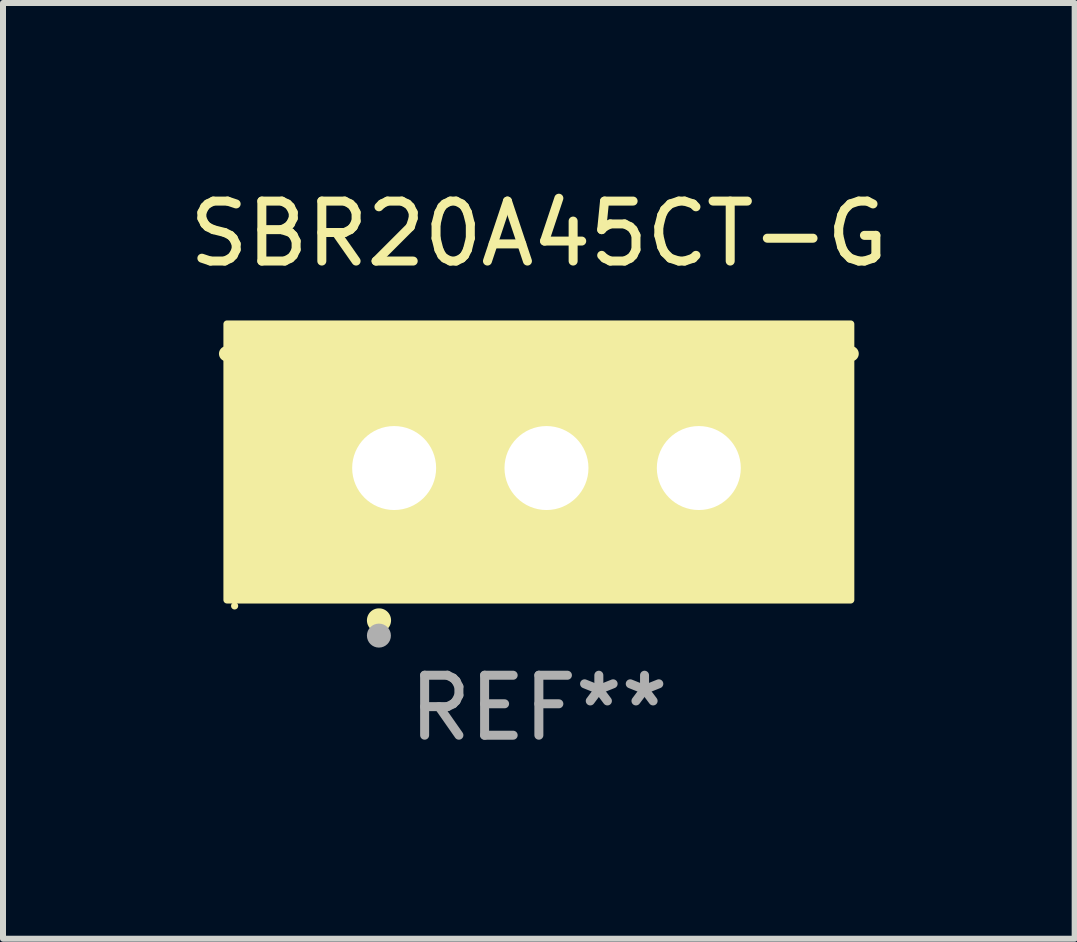
<source format=kicad_pcb>
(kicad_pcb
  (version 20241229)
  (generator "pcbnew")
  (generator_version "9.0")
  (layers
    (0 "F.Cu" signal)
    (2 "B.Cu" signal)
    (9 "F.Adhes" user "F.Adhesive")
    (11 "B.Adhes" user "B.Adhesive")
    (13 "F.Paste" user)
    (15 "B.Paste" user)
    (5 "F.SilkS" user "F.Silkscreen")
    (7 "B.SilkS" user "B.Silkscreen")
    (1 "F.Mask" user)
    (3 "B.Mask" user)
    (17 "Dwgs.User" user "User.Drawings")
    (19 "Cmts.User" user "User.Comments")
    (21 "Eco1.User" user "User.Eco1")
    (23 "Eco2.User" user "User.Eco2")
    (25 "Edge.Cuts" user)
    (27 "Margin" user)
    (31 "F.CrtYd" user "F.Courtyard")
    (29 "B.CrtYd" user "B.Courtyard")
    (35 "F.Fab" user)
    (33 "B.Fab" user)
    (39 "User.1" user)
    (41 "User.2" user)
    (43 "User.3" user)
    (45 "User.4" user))
  (footprint "SBR20A45CT-G"
    (layer "F.Cu")
    (at 5.935 3.801)
    (property "Reference" "SBR20A45CT-G" (at 0 -2.953 0) (layer "F.SilkS") (effects (font (size 1 1) (thickness 0.15))))
    (attr through_hole)
    (fp_line (start 5.207 -0.953) (end -5.207 -0.953) (stroke (width 0.254) (type solid)) (layer "F.SilkS"))
    (fp_arc (start -2.66698 3.49252) (mid -2.66571 3.492516) (end -2.66444 3.49252) (stroke (width 0.4) (type solid)) (layer "F.SilkS"))
    (fp_circle (center -5.073 3.252) (end -5.043 3.252) (stroke (width 0.06) (type solid)) (fill no) (layer "F.SilkS"))
    (fp_poly (pts (xy -5.2 -1.448) (xy 5.2 -1.448) (xy 5.2 3.152) (xy -5.2 3.152)) (stroke (width 0.12) (type solid)) (fill yes) (layer "F.SilkS"))
    (fp_circle (center -2.667 3.747) (end -2.567 3.747) (stroke (width 0.2) (type solid)) (fill no) (layer "F.Fab"))
    (fp_text user "REF**" (at 0 4.953 0) (layer "F.Fab") (effects (font (size 1 1) (thickness 0.15))))
    (pad "1" thru_hole rect (at -2.413 0.953) (size 2 2.5) (drill 1.4) (layers "*.Cu" "*.Mask"))
    (pad "2" thru_hole oval (at 0.127 0.953) (size 2 2.5) (drill 1.4) (layers "*.Cu" "*.Mask"))
    (pad "3" thru_hole oval (at 2.667 0.953) (size 2 2.5) (drill 1.4) (layers "*.Cu" "*.Mask")))
  (gr_rect
    (start -3 -3)
    (end 14.869 12.602)
    (stroke (width 0.1) (type default))
    (fill no)
    (layer "Edge.Cuts")))
</source>
